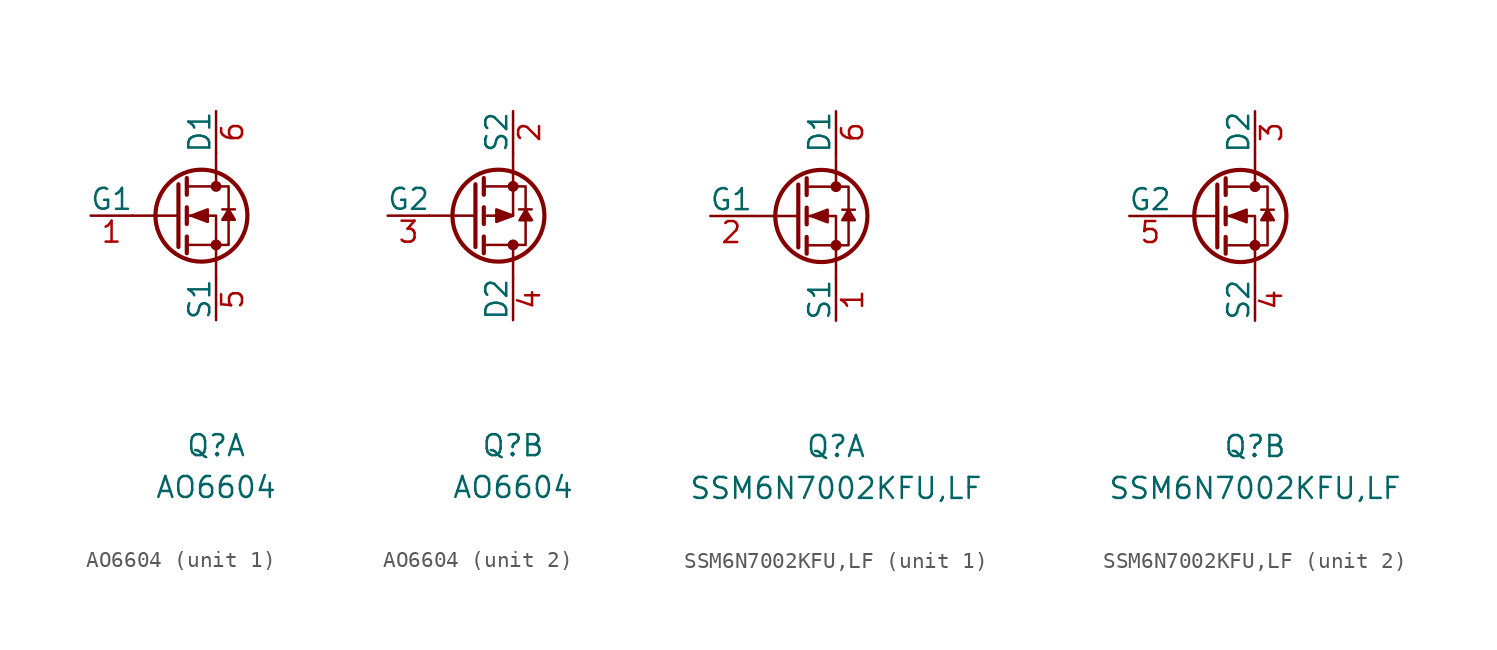
<source format=kicad_sym>
(kicad_symbol_lib
  (version 20220914)
  (generator kicad_symbol_editor)
  (symbol "AO6604"
    (pin_names
      (offset 0))
    (property "Reference" "Q"
      (at 0 -13.97 0)
      (effects (font (size 1.27 1.27))))
    (property "Value" "AO6604"
      (at 0 -16.51 0)
      (effects (font (size 1.27 1.27))))
    (property "ki_locked" ""
      (at 0 0 0)
      (effects (font (size 1.27 1.27))))
    (symbol "AO6604_1_1"
      (circle (center -0.889 0) (radius 2.794) (stroke (width 0.254) (type default)) (fill (type none)))
      (circle (center 0 -1.778) (radius 0.254) (stroke (width 0) (type default)) (fill (type outline)))
      (polyline (pts (xy -2.286 0) (xy -5.08 0)) (stroke (width 0) (type default)) (fill (type none)))
      (polyline (pts (xy -2.286 1.905) (xy -2.286 -1.905)) (stroke (width 0.254) (type default)) (fill (type none)))
      (polyline (pts (xy -1.778 -1.27) (xy -1.778 -2.286)) (stroke (width 0.254) (type default)) (fill (type none)))
      (polyline (pts (xy -1.778 0.508) (xy -1.778 -0.508)) (stroke (width 0.254) (type default)) (fill (type none)))
      (polyline (pts (xy -1.778 2.286) (xy -1.778 1.27)) (stroke (width 0.254) (type default)) (fill (type none)))
      (polyline (pts (xy 0 2.54) (xy 0 1.778)) (stroke (width 0) (type default)) (fill (type none)))
      (polyline (pts (xy 0 -3.81) (xy 0 -3.81) (xy 0 -2.54)) (stroke (width 0) (type default)) (fill (type none)))
      (polyline (pts (xy 0 -2.54) (xy 0 0) (xy -1.778 0)) (stroke (width 0) (type default)) (fill (type none)))
      (polyline (pts (xy 0 3.81) (xy 0 3.81) (xy 0 2.54)) (stroke (width 0) (type default)) (fill (type none)))
      (polyline (pts (xy -1.778 -1.778) (xy 0.762 -1.778) (xy 0.762 1.778) (xy -1.778 1.778)) (stroke (width 0) (type default)) (fill (type none)))
      (polyline (pts (xy -1.524 0) (xy -0.508 0.381) (xy -0.508 -0.381) (xy -1.524 0)) (stroke (width 0) (type default)) (fill (type outline)))
      (polyline (pts (xy 0.385 0.384) (xy 0.381 0.381) (xy 1.143 0.381) (xy 1.126 0.384)) (stroke (width 0) (type default)) (fill (type none)))
      (polyline (pts (xy 0.762 0.381) (xy 0.381 -0.254) (xy 1.143 -0.254) (xy 0.762 0.381)) (stroke (width 0) (type default)) (fill (type outline)))
      (circle (center 0 1.778) (radius 0.254) (stroke (width 0) (type default)) (fill (type outline)))
      (pin passive line (at -7.62 0 0) (length 2.54) (name "G1" (effects (font (size 1.27 1.27)))) (number "1" (effects (font (size 1.27 1.27)))))
      (pin passive line (at 0 -6.35 90) (length 2.54) (name "S1" (effects (font (size 1.27 1.27)))) (number "5" (effects (font (size 1.27 1.27)))))
      (pin passive line (at 0 6.35 270) (length 2.54) (name "D1" (effects (font (size 1.27 1.27)))) (number "6" (effects (font (size 1.27 1.27))))))
    (symbol "AO6604_2_1"
      (circle (center -0.889 0) (radius 2.794) (stroke (width 0.254) (type default)) (fill (type none)))
      (circle (center 0 -1.778) (radius 0.254) (stroke (width 0) (type default)) (fill (type outline)))
      (polyline (pts (xy -2.286 -1.905) (xy -2.286 1.905)) (stroke (width 0.254) (type default)) (fill (type none)))
      (polyline (pts (xy -2.286 0) (xy -5.08 0)) (stroke (width 0) (type default)) (fill (type none)))
      (polyline (pts (xy -1.778 -2.286) (xy -1.778 -1.27)) (stroke (width 0.254) (type default)) (fill (type none)))
      (polyline (pts (xy -1.778 -0.508) (xy -1.778 0.508)) (stroke (width 0.254) (type default)) (fill (type none)))
      (polyline (pts (xy -1.778 1.27) (xy -1.778 2.286)) (stroke (width 0.254) (type default)) (fill (type none)))
      (polyline (pts (xy 0 -2.54) (xy 0 -1.778)) (stroke (width 0) (type default)) (fill (type none)))
      (polyline (pts (xy 0 -2.54) (xy 0 -3.81) (xy 0 -3.81)) (stroke (width 0) (type default)) (fill (type none)))
      (polyline (pts (xy 0 2.54) (xy 0 0) (xy -1.778 0)) (stroke (width 0) (type default)) (fill (type none)))
      (polyline (pts (xy 0 3.81) (xy 0 3.81) (xy 0 2.54)) (stroke (width 0) (type default)) (fill (type none)))
      (polyline (pts (xy -1.778 1.778) (xy 0.762 1.778) (xy 0.762 -1.778) (xy -1.778 -1.778)) (stroke (width 0) (type default)) (fill (type none)))
      (polyline (pts (xy 0 0) (xy -1.016 0.381) (xy -1.016 -0.381) (xy 0 0)) (stroke (width 0) (type default)) (fill (type outline)))
      (polyline (pts (xy 0.767 0.354) (xy 1.149 -0.281) (xy 0.387 -0.281) (xy 0.767 0.354)) (stroke (width 0) (type default)) (fill (type outline)))
      (polyline (pts (xy 1.128 0.382) (xy 1.128 0.381) (xy 0.366 0.381) (xy 0.365 0.382)) (stroke (width 0) (type default)) (fill (type none)))
      (circle (center 0 1.778) (radius 0.254) (stroke (width 0) (type default)) (fill (type outline)))
      (pin passive line (at 0 6.35 270) (length 2.54) (name "S2" (effects (font (size 1.27 1.27)))) (number "2" (effects (font (size 1.27 1.27)))))
      (pin passive line (at -7.62 0 0) (length 2.54) (name "G2" (effects (font (size 1.27 1.27)))) (number "3" (effects (font (size 1.27 1.27)))))
      (pin passive line (at 0 -6.35 90) (length 2.54) (name "D2" (effects (font (size 1.27 1.27)))) (number "4" (effects (font (size 1.27 1.27)))))))
  (symbol "SSM6N7002KFU,LF"
    (pin_names
      (offset 0))
    (property "Reference" "Q"
      (at 0 -13.97 0)
      (effects (font (size 1.27 1.27))))
    (property "Value" "SSM6N7002KFU,LF"
      (at 0 -16.51 0)
      (effects (font (size 1.27 1.27))))
    (property "ki_locked" ""
      (at 0 0 0)
      (effects (font (size 1.27 1.27))))
    (symbol "SSM6N7002KFU,LF_1_1"
      (circle (center -0.889 0) (radius 2.794) (stroke (width 0.254) (type default)) (fill (type none)))
      (circle (center 0 -1.778) (radius 0.254) (stroke (width 0) (type default)) (fill (type outline)))
      (polyline (pts (xy -2.286 0) (xy -5.08 0)) (stroke (width 0) (type default)) (fill (type none)))
      (polyline (pts (xy -2.286 1.905) (xy -2.286 -1.905)) (stroke (width 0.254) (type default)) (fill (type none)))
      (polyline (pts (xy -1.778 -1.27) (xy -1.778 -2.286)) (stroke (width 0.254) (type default)) (fill (type none)))
      (polyline (pts (xy -1.778 0.508) (xy -1.778 -0.508)) (stroke (width 0.254) (type default)) (fill (type none)))
      (polyline (pts (xy -1.778 2.286) (xy -1.778 1.27)) (stroke (width 0.254) (type default)) (fill (type none)))
      (polyline (pts (xy 0 2.54) (xy 0 1.778)) (stroke (width 0) (type default)) (fill (type none)))
      (polyline (pts (xy 0 -3.81) (xy 0 -3.81) (xy 0 -2.54)) (stroke (width 0) (type default)) (fill (type none)))
      (polyline (pts (xy 0 -2.54) (xy 0 0) (xy -1.778 0)) (stroke (width 0) (type default)) (fill (type none)))
      (polyline (pts (xy 0 3.81) (xy 0 3.81) (xy 0 2.54)) (stroke (width 0) (type default)) (fill (type none)))
      (polyline (pts (xy -1.778 -1.778) (xy 0.762 -1.778) (xy 0.762 1.778) (xy -1.778 1.778)) (stroke (width 0) (type default)) (fill (type none)))
      (polyline (pts (xy -1.524 0) (xy -0.508 0.381) (xy -0.508 -0.381) (xy -1.524 0)) (stroke (width 0) (type default)) (fill (type outline)))
      (polyline (pts (xy 0.385 0.384) (xy 0.381 0.381) (xy 1.143 0.381) (xy 1.126 0.384)) (stroke (width 0) (type default)) (fill (type none)))
      (polyline (pts (xy 0.762 0.381) (xy 0.381 -0.254) (xy 1.143 -0.254) (xy 0.762 0.381)) (stroke (width 0) (type default)) (fill (type outline)))
      (circle (center 0 1.778) (radius 0.254) (stroke (width 0) (type default)) (fill (type outline)))
      (pin passive line (at 0 -6.35 90) (length 2.54) (name "S1" (effects (font (size 1.27 1.27)))) (number "1" (effects (font (size 1.27 1.27)))))
      (pin passive line (at -7.62 0 0) (length 2.54) (name "G1" (effects (font (size 1.27 1.27)))) (number "2" (effects (font (size 1.27 1.27)))))
      (pin passive line (at 0 6.35 270) (length 2.54) (name "D1" (effects (font (size 1.27 1.27)))) (number "6" (effects (font (size 1.27 1.27))))))
    (symbol "SSM6N7002KFU,LF_2_1"
      (circle (center -0.889 0) (radius 2.794) (stroke (width 0.254) (type default)) (fill (type none)))
      (circle (center 0 -1.778) (radius 0.254) (stroke (width 0) (type default)) (fill (type outline)))
      (polyline (pts (xy -2.286 0) (xy -5.08 0)) (stroke (width 0) (type default)) (fill (type none)))
      (polyline (pts (xy -2.286 1.905) (xy -2.286 -1.905)) (stroke (width 0.254) (type default)) (fill (type none)))
      (polyline (pts (xy -1.778 -1.27) (xy -1.778 -2.286)) (stroke (width 0.254) (type default)) (fill (type none)))
      (polyline (pts (xy -1.778 0.508) (xy -1.778 -0.508)) (stroke (width 0.254) (type default)) (fill (type none)))
      (polyline (pts (xy -1.778 2.286) (xy -1.778 1.27)) (stroke (width 0.254) (type default)) (fill (type none)))
      (polyline (pts (xy 0 2.54) (xy 0 1.778)) (stroke (width 0) (type default)) (fill (type none)))
      (polyline (pts (xy 0 -3.81) (xy 0 -3.81) (xy 0 -2.54)) (stroke (width 0) (type default)) (fill (type none)))
      (polyline (pts (xy 0 -2.54) (xy 0 0) (xy -1.778 0)) (stroke (width 0) (type default)) (fill (type none)))
      (polyline (pts (xy 0 3.81) (xy 0 3.81) (xy 0 2.54)) (stroke (width 0) (type default)) (fill (type none)))
      (polyline (pts (xy -1.778 -1.778) (xy 0.762 -1.778) (xy 0.762 1.778) (xy -1.778 1.778)) (stroke (width 0) (type default)) (fill (type none)))
      (polyline (pts (xy -1.524 0) (xy -0.508 0.381) (xy -0.508 -0.381) (xy -1.524 0)) (stroke (width 0) (type default)) (fill (type outline)))
      (polyline (pts (xy 0.385 0.384) (xy 0.381 0.381) (xy 1.143 0.381) (xy 1.126 0.384)) (stroke (width 0) (type default)) (fill (type none)))
      (polyline (pts (xy 0.762 0.381) (xy 0.381 -0.254) (xy 1.143 -0.254) (xy 0.762 0.381)) (stroke (width 0) (type default)) (fill (type outline)))
      (circle (center 0 1.778) (radius 0.254) (stroke (width 0) (type default)) (fill (type outline)))
      (pin passive line (at 0 6.35 270) (length 2.54) (name "D2" (effects (font (size 1.27 1.27)))) (number "3" (effects (font (size 1.27 1.27)))))
      (pin passive line (at 0 -6.35 90) (length 2.54) (name "S2" (effects (font (size 1.27 1.27)))) (number "4" (effects (font (size 1.27 1.27)))))
      (pin passive line (at -7.62 0 0) (length 2.54) (name "G2" (effects (font (size 1.27 1.27)))) (number "5" (effects (font (size 1.27 1.27))))))))
</source>
